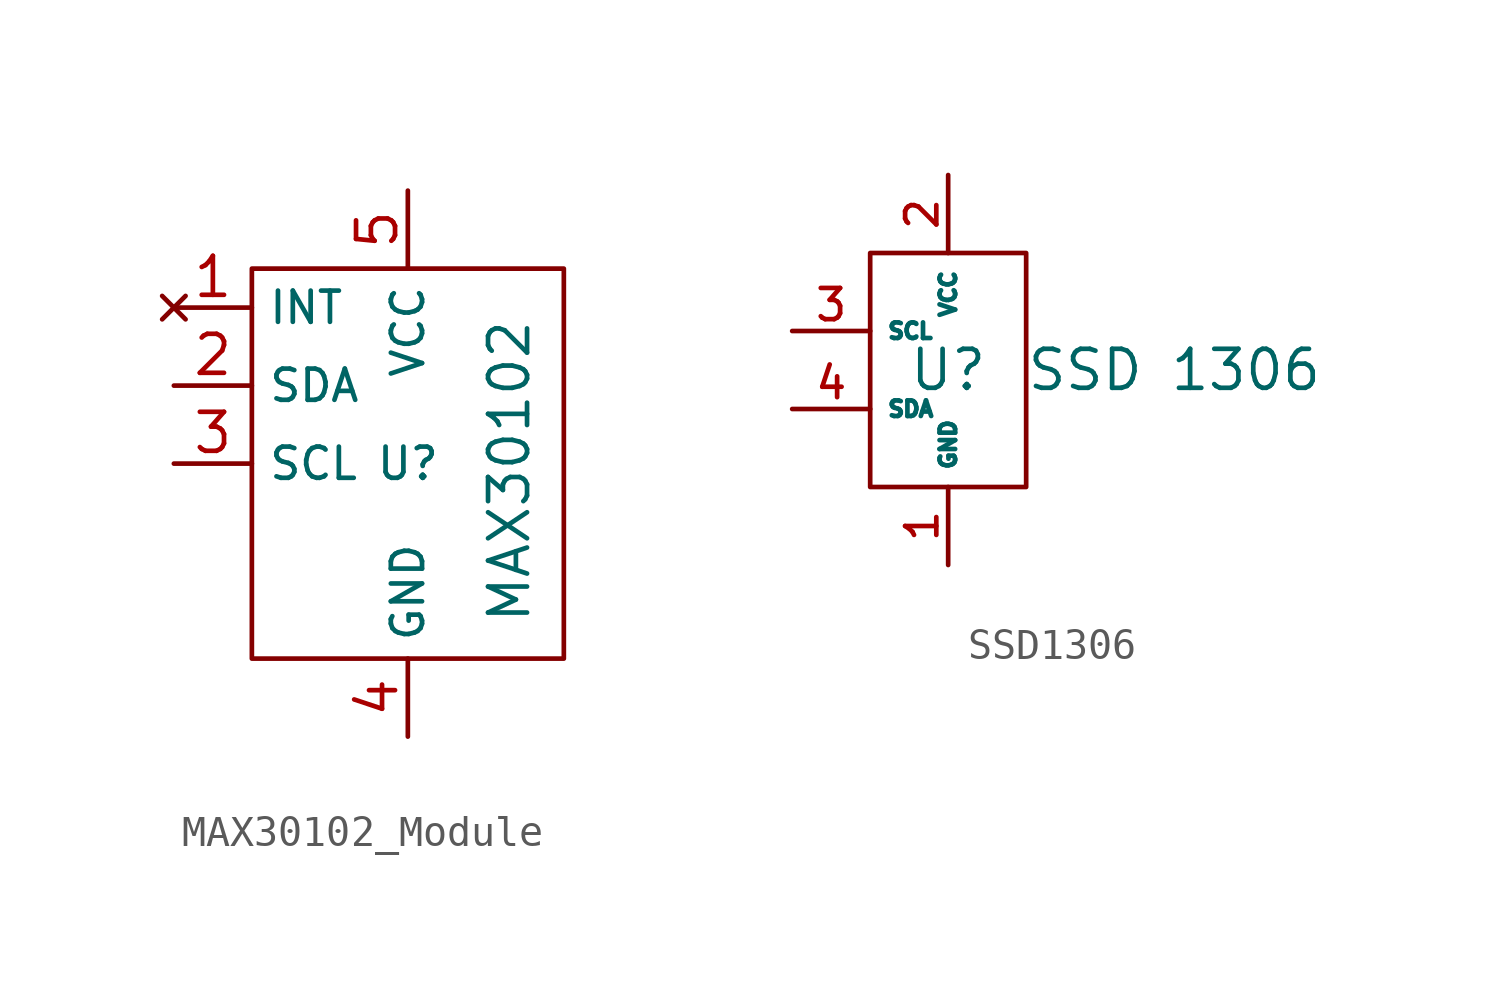
<source format=kicad_sym>
(kicad_symbol_lib
  (version 20231120)
  (generator "kicad_symbol_editor")
  (generator_version "8.0")
  (symbol "MAX30102_Module"
    (property "Reference" "U"
      (at 0 0 0)
      (effects (font (size 1.016 1.016))))
    (property "Value" "MAX30102"
      (at 3.302 -0.254 90)
      (effects (font (size 1.27 1.27))))
    (symbol "MAX30102_Module_1_1"
      (rectangle (start -5.08 6.35) (end 5.08 -6.35) (stroke (width 0) (type default)) (fill (type none)))
      (pin no_connect line (at -7.62 5.08 0) (length 2.54) (name "INT" (effects (font (size 1.016 1.016)))) (number "1" (effects (font (size 1.27 1.27)))))
      (pin bidirectional line (at -7.62 2.54 0) (length 2.54) (name "SDA" (effects (font (size 1.016 1.016)))) (number "2" (effects (font (size 1.27 1.27)))))
      (pin input line (at -7.62 0 0) (length 2.54) (name "SCL" (effects (font (size 1.016 1.016)))) (number "3" (effects (font (size 1.27 1.27)))))
      (pin power_in line (at 0 -8.89 90) (length 2.54) (name "GND" (effects (font (size 1.016 1.016)))) (number "4" (effects (font (size 1.27 1.27)))))
      (pin power_in line (at 0 8.89 270) (length 2.54) (name "VCC" (effects (font (size 1.016 1.016)))) (number "5" (effects (font (size 1.27 1.27)))))))
  (symbol "SSD1306"
    (property "Reference" "U"
      (at 0 0 0)
      (effects (font (size 1.27 1.27))))
    (property "Value" "SSD 1306"
      (at 7.366 0 0)
      (effects (font (size 1.27 1.27))))
    (symbol "SSD1306_0_1"
      (rectangle (start -2.54 3.81) (end 2.54 -3.81) (stroke (width 0) (type default)) (fill (type none))))
    (symbol "SSD1306_1_1"
      (pin power_in line (at 0 -6.35 90) (length 2.54) (name "GND" (effects (font (size 0.508 0.508)))) (number "1" (effects (font (size 1.016 1.016)))))
      (pin power_in line (at 0 6.35 270) (length 2.54) (name "VCC" (effects (font (size 0.508 0.508)))) (number "2" (effects (font (size 1.016 1.016)))))
      (pin input line (at -5.08 1.27 0) (length 2.54) (name "SCL" (effects (font (size 0.508 0.508)))) (number "3" (effects (font (size 1.016 1.016)))))
      (pin bidirectional line (at -5.08 -1.27 0) (length 2.54) (name "SDA" (effects (font (size 0.508 0.508)))) (number "4" (effects (font (size 1.016 1.016))))))))
</source>
